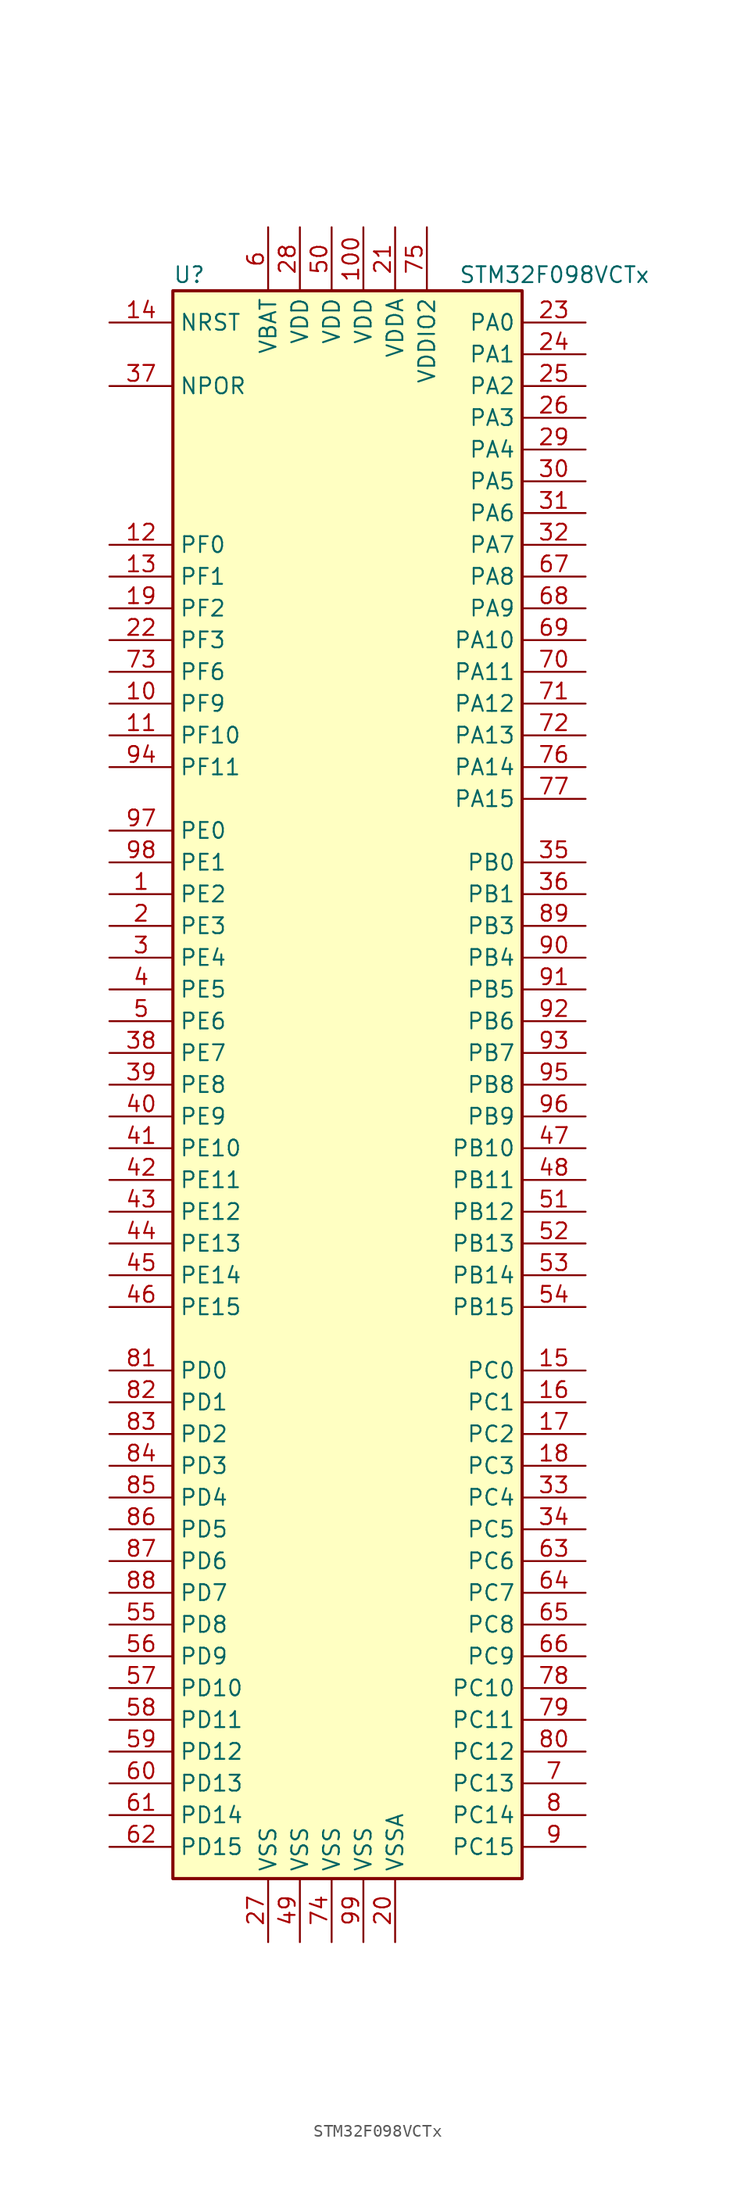
<source format=kicad_sym>
(kicad_symbol_lib
  (version 20211014)
  (generator kicad_symbol_editor)
  (symbol "STM32F098VCTx"
    (property "Reference" "U"
      (at -15.24 64.77 0)
      (effects (font (size 1.27 1.27)) (justify left)))
    (property "Value" "STM32F098VCTx"
      (at 7.62 64.77 0)
      (effects (font (size 1.27 1.27)) (justify left)))
    (symbol "STM32F098VCTx_0_1"
      (rectangle (start -15.24 -63.5) (end 12.7 63.5) (stroke (width 0.254) (type default) (color 0 0 0 0)) (fill (type background))))
    (symbol "STM32F098VCTx_1_1"
      (pin bidirectional line (at -20.32 15.24 0) (length 5.08) (name "PE2" (effects (font (size 1.27 1.27)))) (number "1" (effects (font (size 1.27 1.27)))))
      (pin bidirectional line (at -20.32 30.48 0) (length 5.08) (name "PF9" (effects (font (size 1.27 1.27)))) (number "10" (effects (font (size 1.27 1.27)))))
      (pin power_in line (at 0 68.58 270) (length 5.08) (name "VDD" (effects (font (size 1.27 1.27)))) (number "100" (effects (font (size 1.27 1.27)))))
      (pin bidirectional line (at -20.32 27.94 0) (length 5.08) (name "PF10" (effects (font (size 1.27 1.27)))) (number "11" (effects (font (size 1.27 1.27)))))
      (pin input line (at -20.32 43.18 0) (length 5.08) (name "PF0" (effects (font (size 1.27 1.27)))) (number "12" (effects (font (size 1.27 1.27)))))
      (pin input line (at -20.32 40.64 0) (length 5.08) (name "PF1" (effects (font (size 1.27 1.27)))) (number "13" (effects (font (size 1.27 1.27)))))
      (pin input line (at -20.32 60.96 0) (length 5.08) (name "NRST" (effects (font (size 1.27 1.27)))) (number "14" (effects (font (size 1.27 1.27)))))
      (pin bidirectional line (at 17.78 -22.86 180) (length 5.08) (name "PC0" (effects (font (size 1.27 1.27)))) (number "15" (effects (font (size 1.27 1.27)))))
      (pin bidirectional line (at 17.78 -25.4 180) (length 5.08) (name "PC1" (effects (font (size 1.27 1.27)))) (number "16" (effects (font (size 1.27 1.27)))))
      (pin bidirectional line (at 17.78 -27.94 180) (length 5.08) (name "PC2" (effects (font (size 1.27 1.27)))) (number "17" (effects (font (size 1.27 1.27)))))
      (pin bidirectional line (at 17.78 -30.48 180) (length 5.08) (name "PC3" (effects (font (size 1.27 1.27)))) (number "18" (effects (font (size 1.27 1.27)))))
      (pin bidirectional line (at -20.32 38.1 0) (length 5.08) (name "PF2" (effects (font (size 1.27 1.27)))) (number "19" (effects (font (size 1.27 1.27)))))
      (pin bidirectional line (at -20.32 12.7 0) (length 5.08) (name "PE3" (effects (font (size 1.27 1.27)))) (number "2" (effects (font (size 1.27 1.27)))))
      (pin power_in line (at 2.54 -68.58 90) (length 5.08) (name "VSSA" (effects (font (size 1.27 1.27)))) (number "20" (effects (font (size 1.27 1.27)))))
      (pin power_in line (at 2.54 68.58 270) (length 5.08) (name "VDDA" (effects (font (size 1.27 1.27)))) (number "21" (effects (font (size 1.27 1.27)))))
      (pin bidirectional line (at -20.32 35.56 0) (length 5.08) (name "PF3" (effects (font (size 1.27 1.27)))) (number "22" (effects (font (size 1.27 1.27)))))
      (pin bidirectional line (at 17.78 60.96 180) (length 5.08) (name "PA0" (effects (font (size 1.27 1.27)))) (number "23" (effects (font (size 1.27 1.27)))))
      (pin bidirectional line (at 17.78 58.42 180) (length 5.08) (name "PA1" (effects (font (size 1.27 1.27)))) (number "24" (effects (font (size 1.27 1.27)))))
      (pin bidirectional line (at 17.78 55.88 180) (length 5.08) (name "PA2" (effects (font (size 1.27 1.27)))) (number "25" (effects (font (size 1.27 1.27)))))
      (pin bidirectional line (at 17.78 53.34 180) (length 5.08) (name "PA3" (effects (font (size 1.27 1.27)))) (number "26" (effects (font (size 1.27 1.27)))))
      (pin power_in line (at -7.62 -68.58 90) (length 5.08) (name "VSS" (effects (font (size 1.27 1.27)))) (number "27" (effects (font (size 1.27 1.27)))))
      (pin power_in line (at -5.08 68.58 270) (length 5.08) (name "VDD" (effects (font (size 1.27 1.27)))) (number "28" (effects (font (size 1.27 1.27)))))
      (pin bidirectional line (at 17.78 50.8 180) (length 5.08) (name "PA4" (effects (font (size 1.27 1.27)))) (number "29" (effects (font (size 1.27 1.27)))))
      (pin bidirectional line (at -20.32 10.16 0) (length 5.08) (name "PE4" (effects (font (size 1.27 1.27)))) (number "3" (effects (font (size 1.27 1.27)))))
      (pin bidirectional line (at 17.78 48.26 180) (length 5.08) (name "PA5" (effects (font (size 1.27 1.27)))) (number "30" (effects (font (size 1.27 1.27)))))
      (pin bidirectional line (at 17.78 45.72 180) (length 5.08) (name "PA6" (effects (font (size 1.27 1.27)))) (number "31" (effects (font (size 1.27 1.27)))))
      (pin bidirectional line (at 17.78 43.18 180) (length 5.08) (name "PA7" (effects (font (size 1.27 1.27)))) (number "32" (effects (font (size 1.27 1.27)))))
      (pin bidirectional line (at 17.78 -33.02 180) (length 5.08) (name "PC4" (effects (font (size 1.27 1.27)))) (number "33" (effects (font (size 1.27 1.27)))))
      (pin bidirectional line (at 17.78 -35.56 180) (length 5.08) (name "PC5" (effects (font (size 1.27 1.27)))) (number "34" (effects (font (size 1.27 1.27)))))
      (pin bidirectional line (at 17.78 17.78 180) (length 5.08) (name "PB0" (effects (font (size 1.27 1.27)))) (number "35" (effects (font (size 1.27 1.27)))))
      (pin bidirectional line (at 17.78 15.24 180) (length 5.08) (name "PB1" (effects (font (size 1.27 1.27)))) (number "36" (effects (font (size 1.27 1.27)))))
      (pin power_in line (at -20.32 55.88 0) (length 5.08) (name "NPOR" (effects (font (size 1.27 1.27)))) (number "37" (effects (font (size 1.27 1.27)))))
      (pin bidirectional line (at -20.32 2.54 0) (length 5.08) (name "PE7" (effects (font (size 1.27 1.27)))) (number "38" (effects (font (size 1.27 1.27)))))
      (pin bidirectional line (at -20.32 0 0) (length 5.08) (name "PE8" (effects (font (size 1.27 1.27)))) (number "39" (effects (font (size 1.27 1.27)))))
      (pin bidirectional line (at -20.32 7.62 0) (length 5.08) (name "PE5" (effects (font (size 1.27 1.27)))) (number "4" (effects (font (size 1.27 1.27)))))
      (pin bidirectional line (at -20.32 -2.54 0) (length 5.08) (name "PE9" (effects (font (size 1.27 1.27)))) (number "40" (effects (font (size 1.27 1.27)))))
      (pin bidirectional line (at -20.32 -5.08 0) (length 5.08) (name "PE10" (effects (font (size 1.27 1.27)))) (number "41" (effects (font (size 1.27 1.27)))))
      (pin bidirectional line (at -20.32 -7.62 0) (length 5.08) (name "PE11" (effects (font (size 1.27 1.27)))) (number "42" (effects (font (size 1.27 1.27)))))
      (pin bidirectional line (at -20.32 -10.16 0) (length 5.08) (name "PE12" (effects (font (size 1.27 1.27)))) (number "43" (effects (font (size 1.27 1.27)))))
      (pin bidirectional line (at -20.32 -12.7 0) (length 5.08) (name "PE13" (effects (font (size 1.27 1.27)))) (number "44" (effects (font (size 1.27 1.27)))))
      (pin bidirectional line (at -20.32 -15.24 0) (length 5.08) (name "PE14" (effects (font (size 1.27 1.27)))) (number "45" (effects (font (size 1.27 1.27)))))
      (pin bidirectional line (at -20.32 -17.78 0) (length 5.08) (name "PE15" (effects (font (size 1.27 1.27)))) (number "46" (effects (font (size 1.27 1.27)))))
      (pin bidirectional line (at 17.78 -5.08 180) (length 5.08) (name "PB10" (effects (font (size 1.27 1.27)))) (number "47" (effects (font (size 1.27 1.27)))))
      (pin bidirectional line (at 17.78 -7.62 180) (length 5.08) (name "PB11" (effects (font (size 1.27 1.27)))) (number "48" (effects (font (size 1.27 1.27)))))
      (pin power_in line (at -5.08 -68.58 90) (length 5.08) (name "VSS" (effects (font (size 1.27 1.27)))) (number "49" (effects (font (size 1.27 1.27)))))
      (pin bidirectional line (at -20.32 5.08 0) (length 5.08) (name "PE6" (effects (font (size 1.27 1.27)))) (number "5" (effects (font (size 1.27 1.27)))))
      (pin power_in line (at -2.54 68.58 270) (length 5.08) (name "VDD" (effects (font (size 1.27 1.27)))) (number "50" (effects (font (size 1.27 1.27)))))
      (pin bidirectional line (at 17.78 -10.16 180) (length 5.08) (name "PB12" (effects (font (size 1.27 1.27)))) (number "51" (effects (font (size 1.27 1.27)))))
      (pin bidirectional line (at 17.78 -12.7 180) (length 5.08) (name "PB13" (effects (font (size 1.27 1.27)))) (number "52" (effects (font (size 1.27 1.27)))))
      (pin bidirectional line (at 17.78 -15.24 180) (length 5.08) (name "PB14" (effects (font (size 1.27 1.27)))) (number "53" (effects (font (size 1.27 1.27)))))
      (pin bidirectional line (at 17.78 -17.78 180) (length 5.08) (name "PB15" (effects (font (size 1.27 1.27)))) (number "54" (effects (font (size 1.27 1.27)))))
      (pin bidirectional line (at -20.32 -43.18 0) (length 5.08) (name "PD8" (effects (font (size 1.27 1.27)))) (number "55" (effects (font (size 1.27 1.27)))))
      (pin bidirectional line (at -20.32 -45.72 0) (length 5.08) (name "PD9" (effects (font (size 1.27 1.27)))) (number "56" (effects (font (size 1.27 1.27)))))
      (pin bidirectional line (at -20.32 -48.26 0) (length 5.08) (name "PD10" (effects (font (size 1.27 1.27)))) (number "57" (effects (font (size 1.27 1.27)))))
      (pin bidirectional line (at -20.32 -50.8 0) (length 5.08) (name "PD11" (effects (font (size 1.27 1.27)))) (number "58" (effects (font (size 1.27 1.27)))))
      (pin bidirectional line (at -20.32 -53.34 0) (length 5.08) (name "PD12" (effects (font (size 1.27 1.27)))) (number "59" (effects (font (size 1.27 1.27)))))
      (pin power_in line (at -7.62 68.58 270) (length 5.08) (name "VBAT" (effects (font (size 1.27 1.27)))) (number "6" (effects (font (size 1.27 1.27)))))
      (pin bidirectional line (at -20.32 -55.88 0) (length 5.08) (name "PD13" (effects (font (size 1.27 1.27)))) (number "60" (effects (font (size 1.27 1.27)))))
      (pin bidirectional line (at -20.32 -58.42 0) (length 5.08) (name "PD14" (effects (font (size 1.27 1.27)))) (number "61" (effects (font (size 1.27 1.27)))))
      (pin bidirectional line (at -20.32 -60.96 0) (length 5.08) (name "PD15" (effects (font (size 1.27 1.27)))) (number "62" (effects (font (size 1.27 1.27)))))
      (pin bidirectional line (at 17.78 -38.1 180) (length 5.08) (name "PC6" (effects (font (size 1.27 1.27)))) (number "63" (effects (font (size 1.27 1.27)))))
      (pin bidirectional line (at 17.78 -40.64 180) (length 5.08) (name "PC7" (effects (font (size 1.27 1.27)))) (number "64" (effects (font (size 1.27 1.27)))))
      (pin bidirectional line (at 17.78 -43.18 180) (length 5.08) (name "PC8" (effects (font (size 1.27 1.27)))) (number "65" (effects (font (size 1.27 1.27)))))
      (pin bidirectional line (at 17.78 -45.72 180) (length 5.08) (name "PC9" (effects (font (size 1.27 1.27)))) (number "66" (effects (font (size 1.27 1.27)))))
      (pin bidirectional line (at 17.78 40.64 180) (length 5.08) (name "PA8" (effects (font (size 1.27 1.27)))) (number "67" (effects (font (size 1.27 1.27)))))
      (pin bidirectional line (at 17.78 38.1 180) (length 5.08) (name "PA9" (effects (font (size 1.27 1.27)))) (number "68" (effects (font (size 1.27 1.27)))))
      (pin bidirectional line (at 17.78 35.56 180) (length 5.08) (name "PA10" (effects (font (size 1.27 1.27)))) (number "69" (effects (font (size 1.27 1.27)))))
      (pin bidirectional line (at 17.78 -55.88 180) (length 5.08) (name "PC13" (effects (font (size 1.27 1.27)))) (number "7" (effects (font (size 1.27 1.27)))))
      (pin bidirectional line (at 17.78 33.02 180) (length 5.08) (name "PA11" (effects (font (size 1.27 1.27)))) (number "70" (effects (font (size 1.27 1.27)))))
      (pin bidirectional line (at 17.78 30.48 180) (length 5.08) (name "PA12" (effects (font (size 1.27 1.27)))) (number "71" (effects (font (size 1.27 1.27)))))
      (pin bidirectional line (at 17.78 27.94 180) (length 5.08) (name "PA13" (effects (font (size 1.27 1.27)))) (number "72" (effects (font (size 1.27 1.27)))))
      (pin bidirectional line (at -20.32 33.02 0) (length 5.08) (name "PF6" (effects (font (size 1.27 1.27)))) (number "73" (effects (font (size 1.27 1.27)))))
      (pin power_in line (at -2.54 -68.58 90) (length 5.08) (name "VSS" (effects (font (size 1.27 1.27)))) (number "74" (effects (font (size 1.27 1.27)))))
      (pin power_in line (at 5.08 68.58 270) (length 5.08) (name "VDDIO2" (effects (font (size 1.27 1.27)))) (number "75" (effects (font (size 1.27 1.27)))))
      (pin bidirectional line (at 17.78 25.4 180) (length 5.08) (name "PA14" (effects (font (size 1.27 1.27)))) (number "76" (effects (font (size 1.27 1.27)))))
      (pin bidirectional line (at 17.78 22.86 180) (length 5.08) (name "PA15" (effects (font (size 1.27 1.27)))) (number "77" (effects (font (size 1.27 1.27)))))
      (pin bidirectional line (at 17.78 -48.26 180) (length 5.08) (name "PC10" (effects (font (size 1.27 1.27)))) (number "78" (effects (font (size 1.27 1.27)))))
      (pin bidirectional line (at 17.78 -50.8 180) (length 5.08) (name "PC11" (effects (font (size 1.27 1.27)))) (number "79" (effects (font (size 1.27 1.27)))))
      (pin bidirectional line (at 17.78 -58.42 180) (length 5.08) (name "PC14" (effects (font (size 1.27 1.27)))) (number "8" (effects (font (size 1.27 1.27)))))
      (pin bidirectional line (at 17.78 -53.34 180) (length 5.08) (name "PC12" (effects (font (size 1.27 1.27)))) (number "80" (effects (font (size 1.27 1.27)))))
      (pin bidirectional line (at -20.32 -22.86 0) (length 5.08) (name "PD0" (effects (font (size 1.27 1.27)))) (number "81" (effects (font (size 1.27 1.27)))))
      (pin bidirectional line (at -20.32 -25.4 0) (length 5.08) (name "PD1" (effects (font (size 1.27 1.27)))) (number "82" (effects (font (size 1.27 1.27)))))
      (pin bidirectional line (at -20.32 -27.94 0) (length 5.08) (name "PD2" (effects (font (size 1.27 1.27)))) (number "83" (effects (font (size 1.27 1.27)))))
      (pin bidirectional line (at -20.32 -30.48 0) (length 5.08) (name "PD3" (effects (font (size 1.27 1.27)))) (number "84" (effects (font (size 1.27 1.27)))))
      (pin bidirectional line (at -20.32 -33.02 0) (length 5.08) (name "PD4" (effects (font (size 1.27 1.27)))) (number "85" (effects (font (size 1.27 1.27)))))
      (pin bidirectional line (at -20.32 -35.56 0) (length 5.08) (name "PD5" (effects (font (size 1.27 1.27)))) (number "86" (effects (font (size 1.27 1.27)))))
      (pin bidirectional line (at -20.32 -38.1 0) (length 5.08) (name "PD6" (effects (font (size 1.27 1.27)))) (number "87" (effects (font (size 1.27 1.27)))))
      (pin bidirectional line (at -20.32 -40.64 0) (length 5.08) (name "PD7" (effects (font (size 1.27 1.27)))) (number "88" (effects (font (size 1.27 1.27)))))
      (pin bidirectional line (at 17.78 12.7 180) (length 5.08) (name "PB3" (effects (font (size 1.27 1.27)))) (number "89" (effects (font (size 1.27 1.27)))))
      (pin bidirectional line (at 17.78 -60.96 180) (length 5.08) (name "PC15" (effects (font (size 1.27 1.27)))) (number "9" (effects (font (size 1.27 1.27)))))
      (pin bidirectional line (at 17.78 10.16 180) (length 5.08) (name "PB4" (effects (font (size 1.27 1.27)))) (number "90" (effects (font (size 1.27 1.27)))))
      (pin bidirectional line (at 17.78 7.62 180) (length 5.08) (name "PB5" (effects (font (size 1.27 1.27)))) (number "91" (effects (font (size 1.27 1.27)))))
      (pin bidirectional line (at 17.78 5.08 180) (length 5.08) (name "PB6" (effects (font (size 1.27 1.27)))) (number "92" (effects (font (size 1.27 1.27)))))
      (pin bidirectional line (at 17.78 2.54 180) (length 5.08) (name "PB7" (effects (font (size 1.27 1.27)))) (number "93" (effects (font (size 1.27 1.27)))))
      (pin bidirectional line (at -20.32 25.4 0) (length 5.08) (name "PF11" (effects (font (size 1.27 1.27)))) (number "94" (effects (font (size 1.27 1.27)))))
      (pin bidirectional line (at 17.78 0 180) (length 5.08) (name "PB8" (effects (font (size 1.27 1.27)))) (number "95" (effects (font (size 1.27 1.27)))))
      (pin bidirectional line (at 17.78 -2.54 180) (length 5.08) (name "PB9" (effects (font (size 1.27 1.27)))) (number "96" (effects (font (size 1.27 1.27)))))
      (pin bidirectional line (at -20.32 20.32 0) (length 5.08) (name "PE0" (effects (font (size 1.27 1.27)))) (number "97" (effects (font (size 1.27 1.27)))))
      (pin bidirectional line (at -20.32 17.78 0) (length 5.08) (name "PE1" (effects (font (size 1.27 1.27)))) (number "98" (effects (font (size 1.27 1.27)))))
      (pin power_in line (at 0 -68.58 90) (length 5.08) (name "VSS" (effects (font (size 1.27 1.27)))) (number "99" (effects (font (size 1.27 1.27))))))))
</source>
